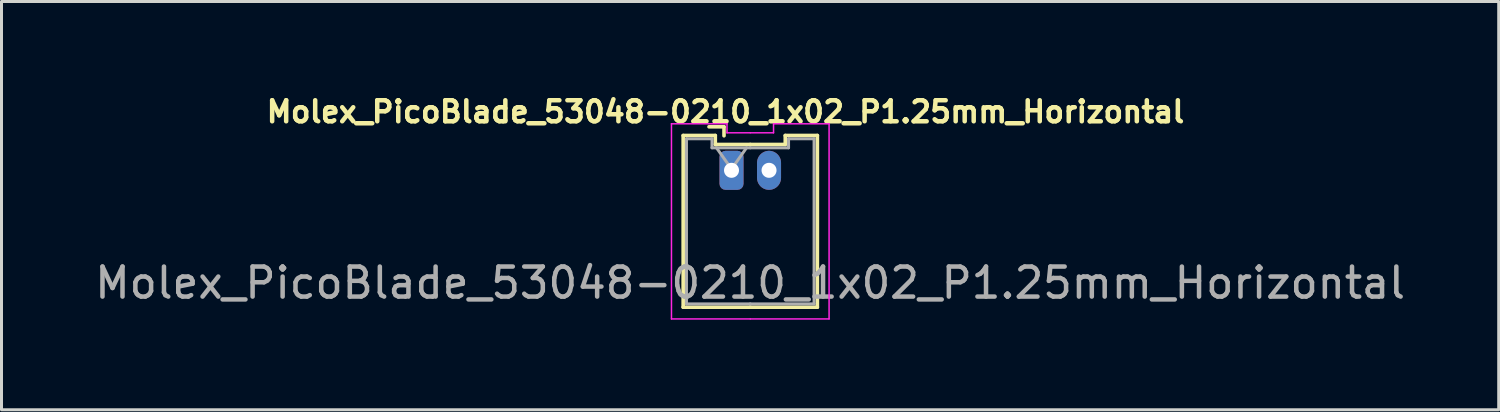
<source format=kicad_pcb>
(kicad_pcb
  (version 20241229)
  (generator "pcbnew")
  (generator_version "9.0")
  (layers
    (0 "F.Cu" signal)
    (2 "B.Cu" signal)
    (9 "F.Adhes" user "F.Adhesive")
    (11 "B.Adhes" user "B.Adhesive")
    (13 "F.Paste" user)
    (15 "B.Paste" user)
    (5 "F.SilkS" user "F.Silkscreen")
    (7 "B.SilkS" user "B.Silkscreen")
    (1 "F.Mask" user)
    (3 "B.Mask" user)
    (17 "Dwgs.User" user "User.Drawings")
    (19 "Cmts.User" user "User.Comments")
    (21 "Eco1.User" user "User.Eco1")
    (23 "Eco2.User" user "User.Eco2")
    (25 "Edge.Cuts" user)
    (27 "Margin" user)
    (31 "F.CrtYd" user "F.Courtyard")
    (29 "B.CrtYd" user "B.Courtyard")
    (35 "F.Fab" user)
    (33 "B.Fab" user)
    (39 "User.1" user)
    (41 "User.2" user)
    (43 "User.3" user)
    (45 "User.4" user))
  (footprint "Molex_PicoBlade_53048-0210_1x02_P1.25mm_Horizontal"
    (layer "F.Cu")
    (at 21.315 2.623)
    (property "Reference" "Molex_PicoBlade_53048-0210_1x02_P1.25mm_Horizontal" (at -0.2 -1.95 0) (layer "F.SilkS") (effects (font (size 0.7 0.7) (thickness 0.15))))
    (attr through_hole)
    (fp_line (start -1.61 -1.16) (end -1.61 4.56) (stroke (width 0.12) (type solid)) (layer "F.SilkS"))
    (fp_line (start -1.61 4.56) (end 0.625 4.56) (stroke (width 0.12) (type solid)) (layer "F.SilkS"))
    (fp_line (start -0.54 -1.16) (end -1.61 -1.16) (stroke (width 0.12) (type solid)) (layer "F.SilkS"))
    (fp_line (start -0.54 -0.86) (end -0.54 -1.16) (stroke (width 0.12) (type solid)) (layer "F.SilkS"))
    (fp_line (start -0.25 -1.45) (end -0.75 -1.45) (stroke (width 0.12) (type solid)) (layer "F.SilkS"))
    (fp_line (start -0.25 -1.15) (end -0.25 -1.45) (stroke (width 0.12) (type solid)) (layer "F.SilkS"))
    (fp_line (start 0.625 -0.86) (end -0.54 -0.86) (stroke (width 0.12) (type solid)) (layer "F.SilkS"))
    (fp_line (start 0.625 -0.86) (end 1.79 -0.86) (stroke (width 0.12) (type solid)) (layer "F.SilkS"))
    (fp_line (start 1.79 -1.16) (end 2.86 -1.16) (stroke (width 0.12) (type solid)) (layer "F.SilkS"))
    (fp_line (start 1.79 -0.86) (end 1.79 -1.16) (stroke (width 0.12) (type solid)) (layer "F.SilkS"))
    (fp_line (start 2.86 -1.16) (end 2.86 4.56) (stroke (width 0.12) (type solid)) (layer "F.SilkS"))
    (fp_line (start 2.86 4.56) (end 0.625 4.56) (stroke (width 0.12) (type solid)) (layer "F.SilkS"))
    (fp_line (start -2 -1.55) (end -2 4.95) (stroke (width 0.05) (type solid)) (layer "F.CrtYd"))
    (fp_line (start -2 4.95) (end 0.62 4.95) (stroke (width 0.05) (type solid)) (layer "F.CrtYd"))
    (fp_line (start -0.15 -1.55) (end -2 -1.55) (stroke (width 0.05) (type solid)) (layer "F.CrtYd"))
    (fp_line (start -0.15 -1.25) (end -0.15 -1.55) (stroke (width 0.05) (type solid)) (layer "F.CrtYd"))
    (fp_line (start 0.62 -1.25) (end -0.15 -1.25) (stroke (width 0.05) (type solid)) (layer "F.CrtYd"))
    (fp_line (start 0.63 -1.25) (end 1.4 -1.25) (stroke (width 0.05) (type solid)) (layer "F.CrtYd"))
    (fp_line (start 1.4 -1.55) (end 3.25 -1.55) (stroke (width 0.05) (type solid)) (layer "F.CrtYd"))
    (fp_line (start 1.4 -1.25) (end 1.4 -1.55) (stroke (width 0.05) (type solid)) (layer "F.CrtYd"))
    (fp_line (start 3.25 -1.55) (end 3.25 4.95) (stroke (width 0.05) (type solid)) (layer "F.CrtYd"))
    (fp_line (start 3.25 4.95) (end 0.63 4.95) (stroke (width 0.05) (type solid)) (layer "F.CrtYd"))
    (fp_line (start -1.5 -1.05) (end -1.5 4.45) (stroke (width 0.1) (type solid)) (layer "F.Fab"))
    (fp_line (start -1.5 4.45) (end 0.625 4.45) (stroke (width 0.1) (type solid)) (layer "F.Fab"))
    (fp_line (start -0.65 -1.05) (end -1.5 -1.05) (stroke (width 0.1) (type solid)) (layer "F.Fab"))
    (fp_line (start -0.65 -0.75) (end -0.65 -1.05) (stroke (width 0.1) (type solid)) (layer "F.Fab"))
    (fp_line (start -0.5 -0.75) (end 0 -0.043) (stroke (width 0.1) (type solid)) (layer "F.Fab"))
    (fp_line (start 0 -0.043) (end 0.5 -0.75) (stroke (width 0.1) (type solid)) (layer "F.Fab"))
    (fp_line (start 0.625 -0.75) (end -0.65 -0.75) (stroke (width 0.1) (type solid)) (layer "F.Fab"))
    (fp_line (start 0.625 -0.75) (end 1.9 -0.75) (stroke (width 0.1) (type solid)) (layer "F.Fab"))
    (fp_line (start 1.9 -1.05) (end 2.75 -1.05) (stroke (width 0.1) (type solid)) (layer "F.Fab"))
    (fp_line (start 1.9 -0.75) (end 1.9 -1.05) (stroke (width 0.1) (type solid)) (layer "F.Fab"))
    (fp_line (start 2.75 -1.05) (end 2.75 4.45) (stroke (width 0.1) (type solid)) (layer "F.Fab"))
    (fp_line (start 2.75 4.45) (end 0.625 4.45) (stroke (width 0.1) (type solid)) (layer "F.Fab"))
    (fp_text user "${REFERENCE}" (at 0.62 3.75 0) (layer "F.Fab") (effects (font (size 1 1) (thickness 0.15))))
    (pad "1" thru_hole roundrect (at 0 0) (size 0.8 1.3) (drill 0.5) (layers "*.Cu" "*.Mask") (roundrect_rratio 0.25))
    (pad "2" thru_hole oval (at 1.25 0) (size 0.8 1.3) (drill 0.5) (layers "*.Cu" "*.Mask")))
  (gr_rect
    (start -3 -3)
    (end 46.869 10.598)
    (stroke (width 0.1) (type default))
    (fill no)
    (layer "Edge.Cuts")))
</source>
